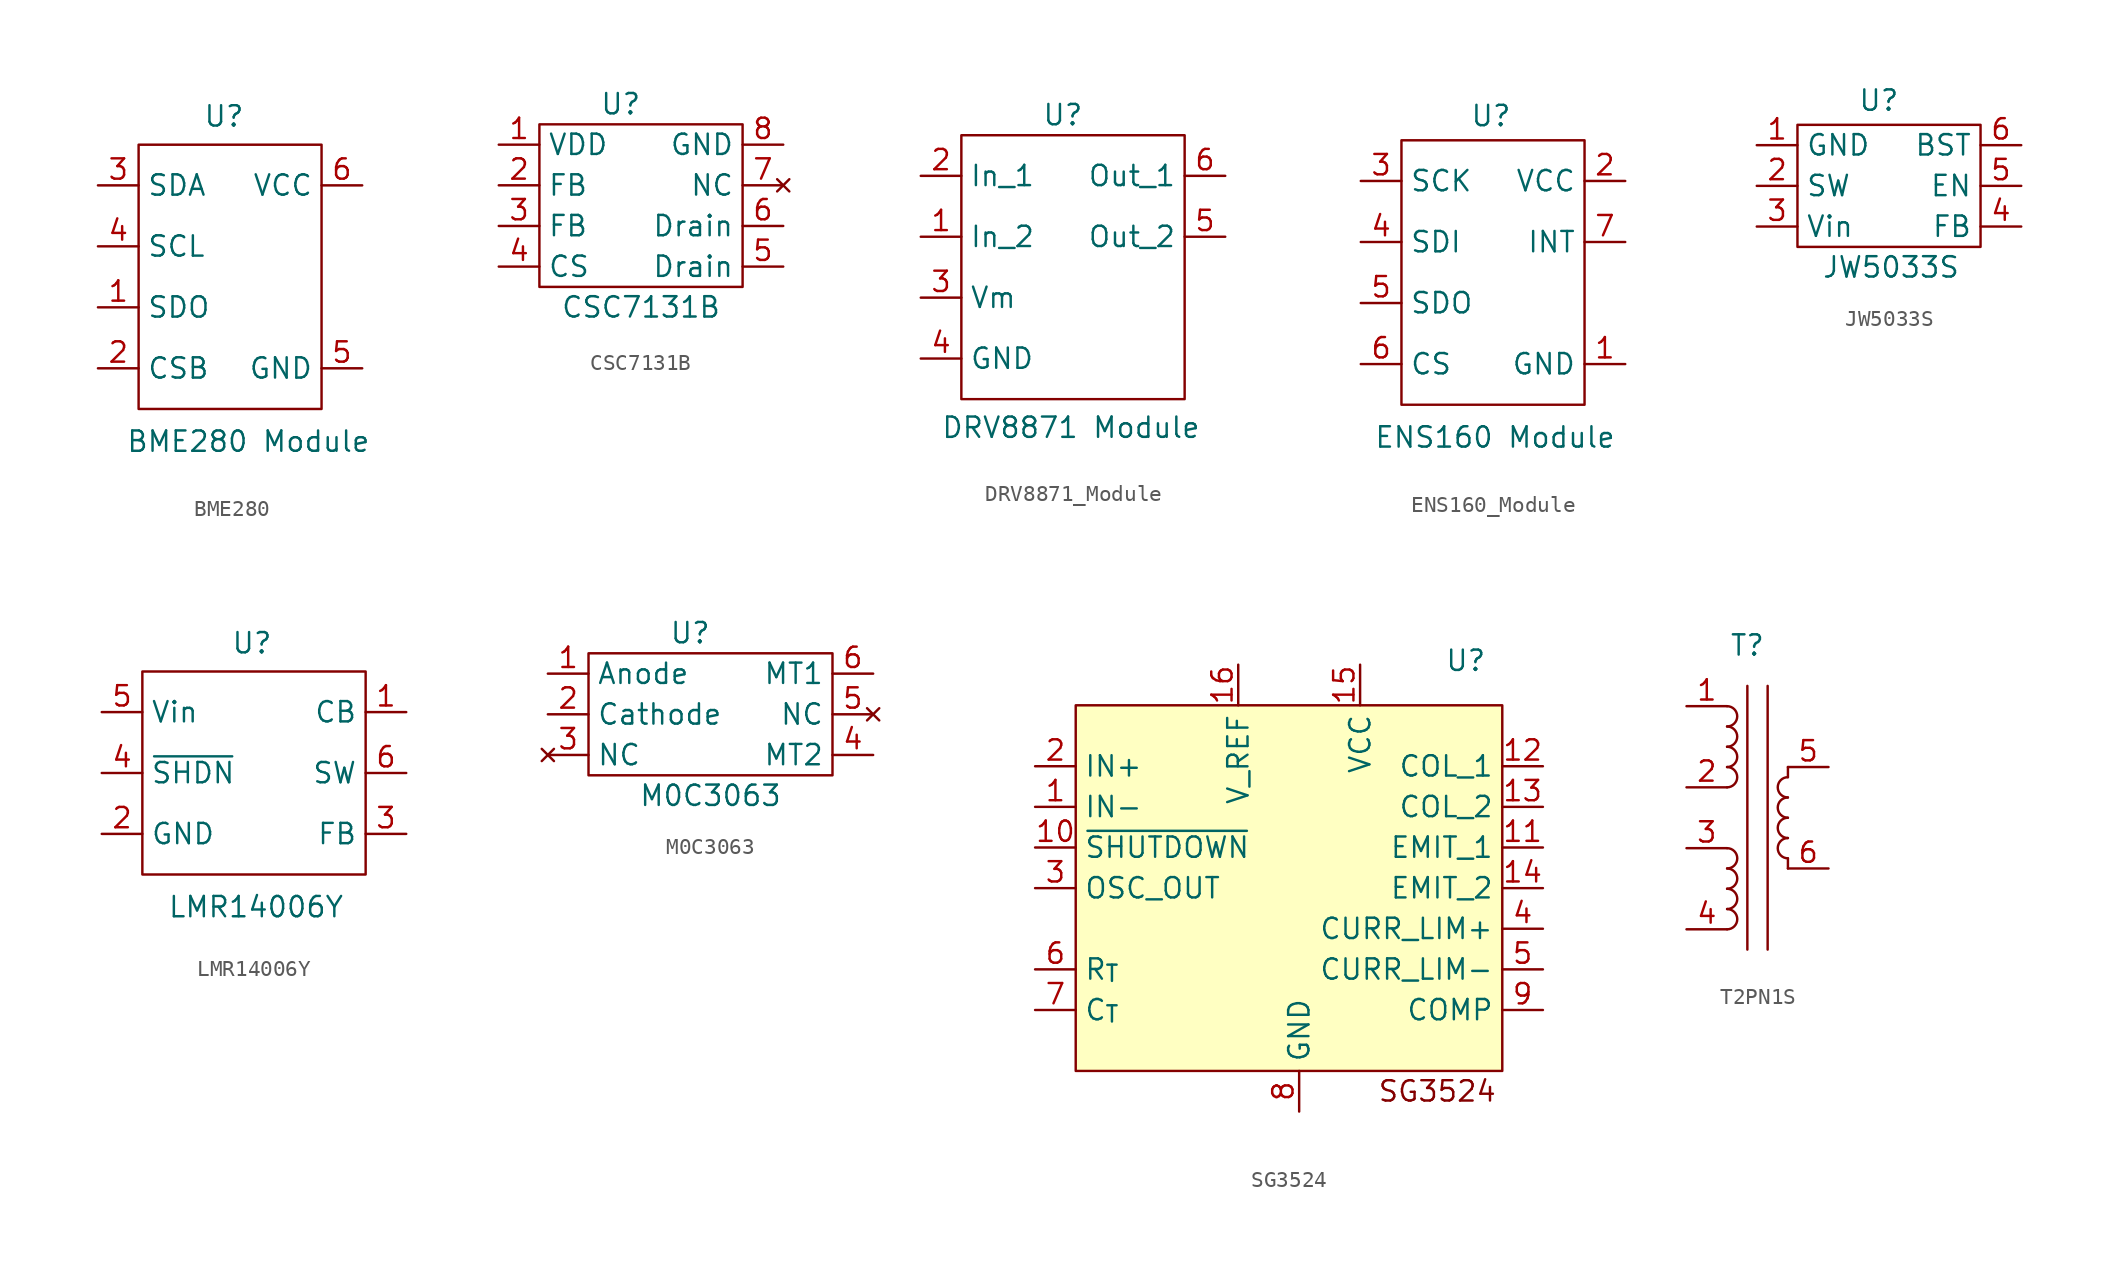
<source format=kicad_sym>
(kicad_symbol_lib
  (version 20241209)
  (generator "kicad_symbol_editor")
  (generator_version "9.0")
  (symbol "BME280"
    (property "Reference" "U"
      (at 0.254 9.398 0)
      (effects (font (size 1.27 1.27))))
    (property "Value" "BME280 Module"
      (at 1.778 -10.922 0)
      (effects (font (size 1.27 1.27))))
    (symbol "BME280_0_1"
      (rectangle (start -5.08 -8.89) (end 6.35 7.62) (stroke (width 0) (type default)) (fill (type none))))
    (symbol "BME280_1_1"
      (pin passive line (at -7.62 5.08 0) (length 2.54) (name "SDA" (effects (font (size 1.27 1.27)))) (number "3" (effects (font (size 1.27 1.27)))))
      (pin passive line (at -7.62 1.27 0) (length 2.54) (name "SCL" (effects (font (size 1.27 1.27)))) (number "4" (effects (font (size 1.27 1.27)))))
      (pin passive line (at -7.62 -2.54 0) (length 2.54) (name "SDO" (effects (font (size 1.27 1.27)))) (number "1" (effects (font (size 1.27 1.27)))))
      (pin passive line (at -7.62 -6.35 0) (length 2.54) (name "CSB" (effects (font (size 1.27 1.27)))) (number "2" (effects (font (size 1.27 1.27)))))
      (pin passive line (at 8.89 5.08 180) (length 2.54) (name "VCC" (effects (font (size 1.27 1.27)))) (number "6" (effects (font (size 1.27 1.27)))))
      (pin passive line (at 8.89 -6.35 180) (length 2.54) (name "GND" (effects (font (size 1.27 1.27)))) (number "5" (effects (font (size 1.27 1.27)))))))
  (symbol "CSC7131B"
    (property "Reference" "U"
      (at -1.27 6.35 0)
      (effects (font (size 1.27 1.27))))
    (property "Value" "CSC7131B"
      (at 0 -6.35 0)
      (effects (font (size 1.27 1.27))))
    (symbol "CSC7131B_0_1"
      (rectangle (start -6.35 5.08) (end 6.35 -5.08) (stroke (width 0) (type default)) (fill (type none))))
    (symbol "CSC7131B_1_1"
      (pin power_in line (at -8.89 3.81 0) (length 2.54) (name "VDD" (effects (font (size 1.27 1.27)))) (number "1" (effects (font (size 1.27 1.27)))))
      (pin input line (at -8.89 1.27 0) (length 2.54) (name "FB" (effects (font (size 1.27 1.27)))) (number "2" (effects (font (size 1.27 1.27)))))
      (pin input line (at -8.89 -1.27 0) (length 2.54) (name "FB" (effects (font (size 1.27 1.27)))) (number "3" (effects (font (size 1.27 1.27)))))
      (pin bidirectional line (at -8.89 -3.81 0) (length 2.54) (name "CS" (effects (font (size 1.27 1.27)))) (number "4" (effects (font (size 1.27 1.27)))))
      (pin passive line (at 8.89 3.81 180) (length 2.54) (name "GND" (effects (font (size 1.27 1.27)))) (number "8" (effects (font (size 1.27 1.27)))))
      (pin no_connect line (at 8.89 1.27 180) (length 2.54) (name "NC" (effects (font (size 1.27 1.27)))) (number "7" (effects (font (size 1.27 1.27)))))
      (pin input line (at 8.89 -1.27 180) (length 2.54) (name "Drain" (effects (font (size 1.27 1.27)))) (number "6" (effects (font (size 1.27 1.27)))))
      (pin input line (at 8.89 -3.81 180) (length 2.54) (name "Drain" (effects (font (size 1.27 1.27)))) (number "5" (effects (font (size 1.27 1.27)))))))
  (symbol "DRV8871_Module"
    (property "Reference" "U"
      (at 0 8.89 0)
      (effects (font (size 1.27 1.27))))
    (property "Value" "DRV8871 Module"
      (at 0.508 -10.668 0)
      (effects (font (size 1.27 1.27))))
    (symbol "DRV8871_Module_0_1"
      (rectangle (start -6.35 -8.89) (end 7.62 7.62) (stroke (width 0) (type default)) (fill (type none))))
    (symbol "DRV8871_Module_1_1"
      (pin input line (at -8.89 5.08 0) (length 2.54) (name "In_1" (effects (font (size 1.27 1.27)))) (number "2" (effects (font (size 1.27 1.27)))))
      (pin input line (at -8.89 1.27 0) (length 2.54) (name "In_2" (effects (font (size 1.27 1.27)))) (number "1" (effects (font (size 1.27 1.27)))))
      (pin passive line (at -8.89 -2.54 0) (length 2.54) (name "Vm" (effects (font (size 1.27 1.27)))) (number "3" (effects (font (size 1.27 1.27)))))
      (pin passive line (at -8.89 -6.35 0) (length 2.54) (name "GND" (effects (font (size 1.27 1.27)))) (number "4" (effects (font (size 1.27 1.27)))))
      (pin passive line (at 10.16 5.08 180) (length 2.54) (name "Out_1" (effects (font (size 1.27 1.27)))) (number "6" (effects (font (size 1.27 1.27)))))
      (pin passive line (at 10.16 1.27 180) (length 2.54) (name "Out_2" (effects (font (size 1.27 1.27)))) (number "5" (effects (font (size 1.27 1.27)))))))
  (symbol "ENS160_Module"
    (property "Reference" "U"
      (at -0.762 9.144 0)
      (effects (font (size 1.27 1.27))))
    (property "Value" "ENS160 Module"
      (at -0.508 -10.922 0)
      (effects (font (size 1.27 1.27))))
    (symbol "ENS160_Module_0_1"
      (rectangle (start -6.35 -8.89) (end 5.08 7.62) (stroke (width 0) (type default)) (fill (type none))))
    (symbol "ENS160_Module_1_1"
      (pin passive line (at -8.89 5.08 0) (length 2.54) (name "SCK" (effects (font (size 1.27 1.27)))) (number "3" (effects (font (size 1.27 1.27)))))
      (pin passive line (at -8.89 1.27 0) (length 2.54) (name "SDI" (effects (font (size 1.27 1.27)))) (number "4" (effects (font (size 1.27 1.27)))))
      (pin passive line (at -8.89 -2.54 0) (length 2.54) (name "SDO" (effects (font (size 1.27 1.27)))) (number "5" (effects (font (size 1.27 1.27)))))
      (pin passive line (at -8.89 -6.35 0) (length 2.54) (name "CS" (effects (font (size 1.27 1.27)))) (number "6" (effects (font (size 1.27 1.27)))))
      (pin passive line (at 7.62 5.08 180) (length 2.54) (name "VCC" (effects (font (size 1.27 1.27)))) (number "2" (effects (font (size 1.27 1.27)))))
      (pin passive line (at 7.62 1.27 180) (length 2.54) (name "INT" (effects (font (size 1.27 1.27)))) (number "7" (effects (font (size 1.27 1.27)))))
      (pin passive line (at 7.62 -6.35 180) (length 2.54) (name "GND" (effects (font (size 1.27 1.27)))) (number "1" (effects (font (size 1.27 1.27)))))))
  (symbol "JW5033S"
    (property "Reference" "U"
      (at 0 5.334 0)
      (effects (font (size 1.27 1.27))))
    (property "Value" "JW5033S"
      (at 0.762 -5.08 0)
      (effects (font (size 1.27 1.27))))
    (symbol "JW5033S_0_1"
      (rectangle (start -5.08 3.81) (end 6.35 -3.81) (stroke (width 0) (type default)) (fill (type none))))
    (symbol "JW5033S_1_1"
      (pin passive line (at -7.62 2.54 0) (length 2.54) (name "GND" (effects (font (size 1.27 1.27)))) (number "1" (effects (font (size 1.27 1.27)))))
      (pin passive line (at -7.62 0 0) (length 2.54) (name "SW" (effects (font (size 1.27 1.27)))) (number "2" (effects (font (size 1.27 1.27)))))
      (pin power_in line (at -7.62 -2.54 0) (length 2.54) (name "Vin" (effects (font (size 1.27 1.27)))) (number "3" (effects (font (size 1.27 1.27)))))
      (pin passive line (at 8.89 2.54 180) (length 2.54) (name "BST" (effects (font (size 1.27 1.27)))) (number "6" (effects (font (size 1.27 1.27)))))
      (pin passive line (at 8.89 0 180) (length 2.54) (name "EN" (effects (font (size 1.27 1.27)))) (number "5" (effects (font (size 1.27 1.27)))))
      (pin passive line (at 8.89 -2.54 180) (length 2.54) (name "FB" (effects (font (size 1.27 1.27)))) (number "4" (effects (font (size 1.27 1.27)))))))
  (symbol "LMR14006Y"
    (property "Reference" "U"
      (at 0.508 8.128 0)
      (effects (font (size 1.27 1.27))))
    (property "Value" "LMR14006Y"
      (at 0.762 -8.382 0)
      (effects (font (size 1.27 1.27))))
    (symbol "LMR14006Y_0_1"
      (rectangle (start -6.35 -6.35) (end 7.62 6.35) (stroke (width 0) (type default)) (fill (type none))))
    (symbol "LMR14006Y_1_1"
      (pin power_in line (at -8.89 3.81 0) (length 2.54) (name "Vin" (effects (font (size 1.27 1.27)))) (number "5" (effects (font (size 1.27 1.27)))))
      (pin passive line (at -8.89 0 0) (length 2.54) (name "~{SHDN}" (effects (font (size 1.27 1.27)))) (number "4" (effects (font (size 1.27 1.27)))))
      (pin passive line (at -8.89 -3.81 0) (length 2.54) (name "GND" (effects (font (size 1.27 1.27)))) (number "2" (effects (font (size 1.27 1.27)))))
      (pin passive line (at 10.16 3.81 180) (length 2.54) (name "CB" (effects (font (size 1.27 1.27)))) (number "1" (effects (font (size 1.27 1.27)))))
      (pin passive line (at 10.16 0 180) (length 2.54) (name "SW" (effects (font (size 1.27 1.27)))) (number "6" (effects (font (size 1.27 1.27)))))
      (pin passive line (at 10.16 -3.81 180) (length 2.54) (name "FB" (effects (font (size 1.27 1.27)))) (number "3" (effects (font (size 1.27 1.27)))))))
  (symbol "M0C3063"
    (property "Reference" "U"
      (at 0 -1.27 0)
      (effects (font (size 1.27 1.27))))
    (property "Value" "M0C3063"
      (at 1.27 -11.43 0)
      (effects (font (size 1.27 1.27))))
    (symbol "M0C3063_0_1"
      (rectangle (start -6.35 -2.54) (end 8.89 -10.16) (stroke (width 0) (type default)) (fill (type none))))
    (symbol "M0C3063_1_1"
      (pin passive line (at -8.89 -3.81 0) (length 2.54) (name "Anode" (effects (font (size 1.27 1.27)))) (number "1" (effects (font (size 1.27 1.27)))))
      (pin passive line (at -8.89 -6.35 0) (length 2.54) (name "Cathode" (effects (font (size 1.27 1.27)))) (number "2" (effects (font (size 1.27 1.27)))))
      (pin no_connect line (at -8.89 -8.89 0) (length 2.54) (name "NC" (effects (font (size 1.27 1.27)))) (number "3" (effects (font (size 1.27 1.27)))))
      (pin passive line (at 11.43 -3.81 180) (length 2.54) (name "MT1" (effects (font (size 1.27 1.27)))) (number "6" (effects (font (size 1.27 1.27)))))
      (pin no_connect line (at 11.43 -6.35 180) (length 2.54) (name "NC" (effects (font (size 1.27 1.27)))) (number "5" (effects (font (size 1.27 1.27)))))
      (pin passive line (at 11.43 -8.89 180) (length 2.54) (name "MT2" (effects (font (size 1.27 1.27)))) (number "4" (effects (font (size 1.27 1.27)))))))
  (symbol "SG3524"
    (property "Reference" "U"
      (at 10.414 12.954 0)
      (do_not_autoplace)
      (effects (font (size 1.27 1.27))))
    (property "Value" ""
      (at 0 0 0)
      (effects (font (size 1.27 1.27))))
    (symbol "SG3524_1_1"
      (rectangle (start -13.97 10.16) (end 12.7 -12.7) (stroke (width 0) (type solid)) (fill (type background)))
      (text "SG3524" (at 8.636 -13.97 0) (effects (font (size 1.27 1.27))))
      (pin input line (at -16.51 6.35 0) (length 2.54) (name "IN+" (effects (font (size 1.27 1.27)))) (number "2" (effects (font (size 1.27 1.27)))))
      (pin input line (at -16.51 3.81 0) (length 2.54) (name "IN-" (effects (font (size 1.27 1.27)))) (number "1" (effects (font (size 1.27 1.27)))))
      (pin input line (at -16.51 1.27 0) (length 2.54) (name "~{SHUTDOWN}" (effects (font (size 1.27 1.27)))) (number "10" (effects (font (size 1.27 1.27)))))
      (pin output line (at -16.51 -1.27 0) (length 2.54) (name "OSC_OUT" (effects (font (size 1.27 1.27)))) (number "3" (effects (font (size 1.27 1.27)))))
      (pin passive line (at -16.51 -6.35 0) (length 2.54) (name "R_{T}" (effects (font (size 1.27 1.27)))) (number "6" (effects (font (size 1.27 1.27)))))
      (pin passive line (at -16.51 -8.89 0) (length 2.54) (name "C_{T}" (effects (font (size 1.27 1.27)))) (number "7" (effects (font (size 1.27 1.27)))))
      (pin power_out line (at -3.81 12.7 270) (length 2.54) (name "V_REF" (effects (font (size 1.27 1.27)))) (number "16" (effects (font (size 1.27 1.27)))))
      (pin power_in line (at 0 -15.24 90) (length 2.54) (name "GND" (effects (font (size 1.27 1.27)))) (number "8" (effects (font (size 1.27 1.27)))))
      (pin power_in line (at 3.81 12.7 270) (length 2.54) (name "VCC" (effects (font (size 1.27 1.27)))) (number "15" (effects (font (size 1.27 1.27)))))
      (pin input line (at 15.24 6.35 180) (length 2.54) (name "COL_1" (effects (font (size 1.27 1.27)))) (number "12" (effects (font (size 1.27 1.27)))))
      (pin input line (at 15.24 3.81 180) (length 2.54) (name "COL_2" (effects (font (size 1.27 1.27)))) (number "13" (effects (font (size 1.27 1.27)))))
      (pin output line (at 15.24 1.27 180) (length 2.54) (name "EMIT_1" (effects (font (size 1.27 1.27)))) (number "11" (effects (font (size 1.27 1.27)))))
      (pin output line (at 15.24 -1.27 180) (length 2.54) (name "EMIT_2" (effects (font (size 1.27 1.27)))) (number "14" (effects (font (size 1.27 1.27)))))
      (pin input line (at 15.24 -3.81 180) (length 2.54) (name "CURR_LIM+" (effects (font (size 1.27 1.27)))) (number "4" (effects (font (size 1.27 1.27)))))
      (pin input line (at 15.24 -6.35 180) (length 2.54) (name "CURR_LIM-" (effects (font (size 1.27 1.27)))) (number "5" (effects (font (size 1.27 1.27)))))
      (pin passive line (at 15.24 -8.89 180) (length 2.54) (name "COMP" (effects (font (size 1.27 1.27)))) (number "9" (effects (font (size 1.27 1.27)))))))
  (symbol "T2PN1S"
    (property "Reference" "T"
      (at 1.27 -1.27 0)
      (effects (font (size 1.27 1.27))))
    (property "Value" ""
      (at 1.27 -1.27 0)
      (effects (font (size 1.27 1.27))))
    (symbol "T2PN1S_0_1"
      (arc (start 0 -5.08) (mid 0.6323 -5.715) (end 0 -6.35) (stroke (width 0) (type default)) (fill (type none)))
      (arc (start 0 -6.35) (mid 0.6323 -6.985) (end 0 -7.62) (stroke (width 0) (type default)) (fill (type none)))
      (arc (start 0 -7.62) (mid 0.6323 -8.255) (end 0 -8.89) (stroke (width 0) (type default)) (fill (type none)))
      (arc (start 0 -8.89) (mid 0.6323 -9.525) (end 0 -10.16) (stroke (width 0) (type default)) (fill (type none)))
      (arc (start 0.0027 -13.97) (mid 0.635 -14.605) (end 0.0027 -15.24) (stroke (width 0) (type default)) (fill (type none)))
      (arc (start 0.0027 -15.24) (mid 0.635 -15.875) (end 0.0027 -16.51) (stroke (width 0) (type default)) (fill (type none)))
      (arc (start 0.0027 -16.51) (mid 0.635 -17.145) (end 0.0027 -17.78) (stroke (width 0) (type default)) (fill (type none)))
      (arc (start 0.0027 -17.78) (mid 0.635 -18.415) (end 0.0027 -19.05) (stroke (width 0) (type default)) (fill (type none)))
      (polyline (pts (xy 1.27 -3.81) (xy 1.27 -20.32)) (stroke (width 0) (type default)) (fill (type none)))
      (polyline (pts (xy 2.54 -3.81) (xy 2.54 -20.32)) (stroke (width 0) (type default)) (fill (type none)))
      (polyline (pts (xy 3.81 -9.525) (xy 3.81 -8.89)) (stroke (width 0) (type default)) (fill (type none)))
      (arc (start 3.8073 -10.795) (mid 3.175 -10.16) (end 3.8073 -9.525) (stroke (width 0) (type default)) (fill (type none)))
      (arc (start 3.8073 -12.065) (mid 3.175 -11.43) (end 3.8073 -10.795) (stroke (width 0) (type default)) (fill (type none)))
      (arc (start 3.8073 -13.335) (mid 3.175 -12.7) (end 3.8073 -12.065) (stroke (width 0) (type default)) (fill (type none)))
      (arc (start 3.8073 -14.605) (mid 3.175 -13.97) (end 3.8073 -13.335) (stroke (width 0) (type default)) (fill (type none)))
      (polyline (pts (xy 3.81 -14.605) (xy 3.81 -15.24)) (stroke (width 0) (type default)) (fill (type none))))
    (symbol "T2PN1S_1_1"
      (pin passive line (at -2.54 -5.08 0) (length 2.54) (name "" (effects (font (size 1.27 1.27)))) (number "1" (effects (font (size 1.27 1.27)))))
      (pin passive line (at -2.54 -10.16 0) (length 2.54) (name "" (effects (font (size 1.27 1.27)))) (number "2" (effects (font (size 1.27 1.27)))))
      (pin passive line (at -2.54 -13.97 0) (length 2.54) (name "" (effects (font (size 1.27 1.27)))) (number "3" (effects (font (size 1.27 1.27)))))
      (pin passive line (at -2.54 -19.05 0) (length 2.54) (name "" (effects (font (size 1.27 1.27)))) (number "4" (effects (font (size 1.27 1.27)))))
      (pin passive line (at 6.35 -8.89 180) (length 2.54) (name "" (effects (font (size 1.27 1.27)))) (number "5" (effects (font (size 1.27 1.27)))))
      (pin passive line (at 6.35 -15.24 180) (length 2.54) (name "" (effects (font (size 1.27 1.27)))) (number "6" (effects (font (size 1.27 1.27))))))))
</source>
